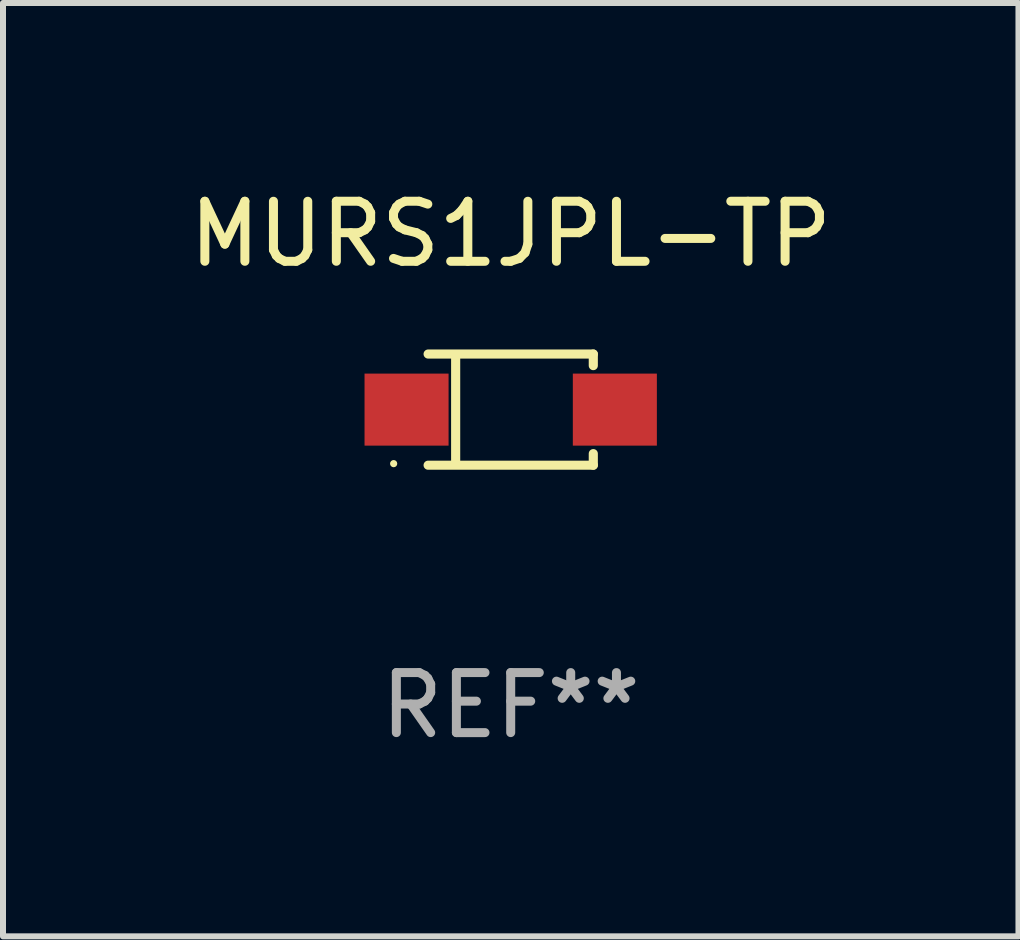
<source format=kicad_pcb>
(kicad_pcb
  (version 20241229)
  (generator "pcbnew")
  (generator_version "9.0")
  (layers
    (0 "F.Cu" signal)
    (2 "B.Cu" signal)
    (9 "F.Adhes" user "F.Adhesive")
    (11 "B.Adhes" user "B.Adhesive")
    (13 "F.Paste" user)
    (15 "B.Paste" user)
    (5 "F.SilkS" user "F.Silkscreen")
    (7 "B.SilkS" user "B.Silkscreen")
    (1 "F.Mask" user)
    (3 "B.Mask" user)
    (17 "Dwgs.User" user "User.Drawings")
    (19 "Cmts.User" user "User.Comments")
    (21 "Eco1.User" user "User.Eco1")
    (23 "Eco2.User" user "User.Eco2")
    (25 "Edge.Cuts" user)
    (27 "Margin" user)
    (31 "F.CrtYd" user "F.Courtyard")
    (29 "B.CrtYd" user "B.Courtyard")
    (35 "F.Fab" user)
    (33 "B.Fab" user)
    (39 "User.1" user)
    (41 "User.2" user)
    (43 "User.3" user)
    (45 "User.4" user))
  (footprint "MURS1JPL-TP"
    (layer "F.Cu")
    (at 5.458 3.774)
    (property "Reference" "MURS1JPL-TP" (at 0 -2.926 0) (layer "F.SilkS") (effects (font (size 1 1) (thickness 0.15))))
    (attr through_hole)
    (fp_line (start -1.376 -0.926) (end 1.376 -0.926) (stroke (width 0.152) (type solid)) (layer "F.SilkS"))
    (fp_line (start -1.376 0.926) (end 1.376 0.926) (stroke (width 0.152) (type solid)) (layer "F.SilkS"))
    (fp_line (start -0.917 -0.876) (end -0.917 0.876) (stroke (width 0.152) (type solid)) (layer "F.SilkS"))
    (fp_line (start 1.376 -0.926) (end 1.376 -0.733) (stroke (width 0.152) (type solid)) (layer "F.SilkS"))
    (fp_line (start 1.376 0.926) (end 1.376 0.733) (stroke (width 0.152) (type solid)) (layer "F.SilkS"))
    (fp_circle (center -1.95 0.9) (end -1.92 0.9) (stroke (width 0.06) (type solid)) (fill no) (layer "F.SilkS"))
    (fp_text user "REF**" (at 0 4.926 0) (layer "F.Fab") (effects (font (size 1 1) (thickness 0.15))))
    (pad "1" smd rect (at -1.735 0) (size 1.4 1.2) (layers "F.Cu" "F.Mask" "F.Paste"))
    (pad "2" smd rect (at 1.735 0) (size 1.4 1.2) (layers "F.Cu" "F.Mask" "F.Paste")))
  (gr_rect
    (start -3 -3)
    (end 13.917 12.549)
    (stroke (width 0.1) (type default))
    (fill no)
    (layer "Edge.Cuts")))
</source>
